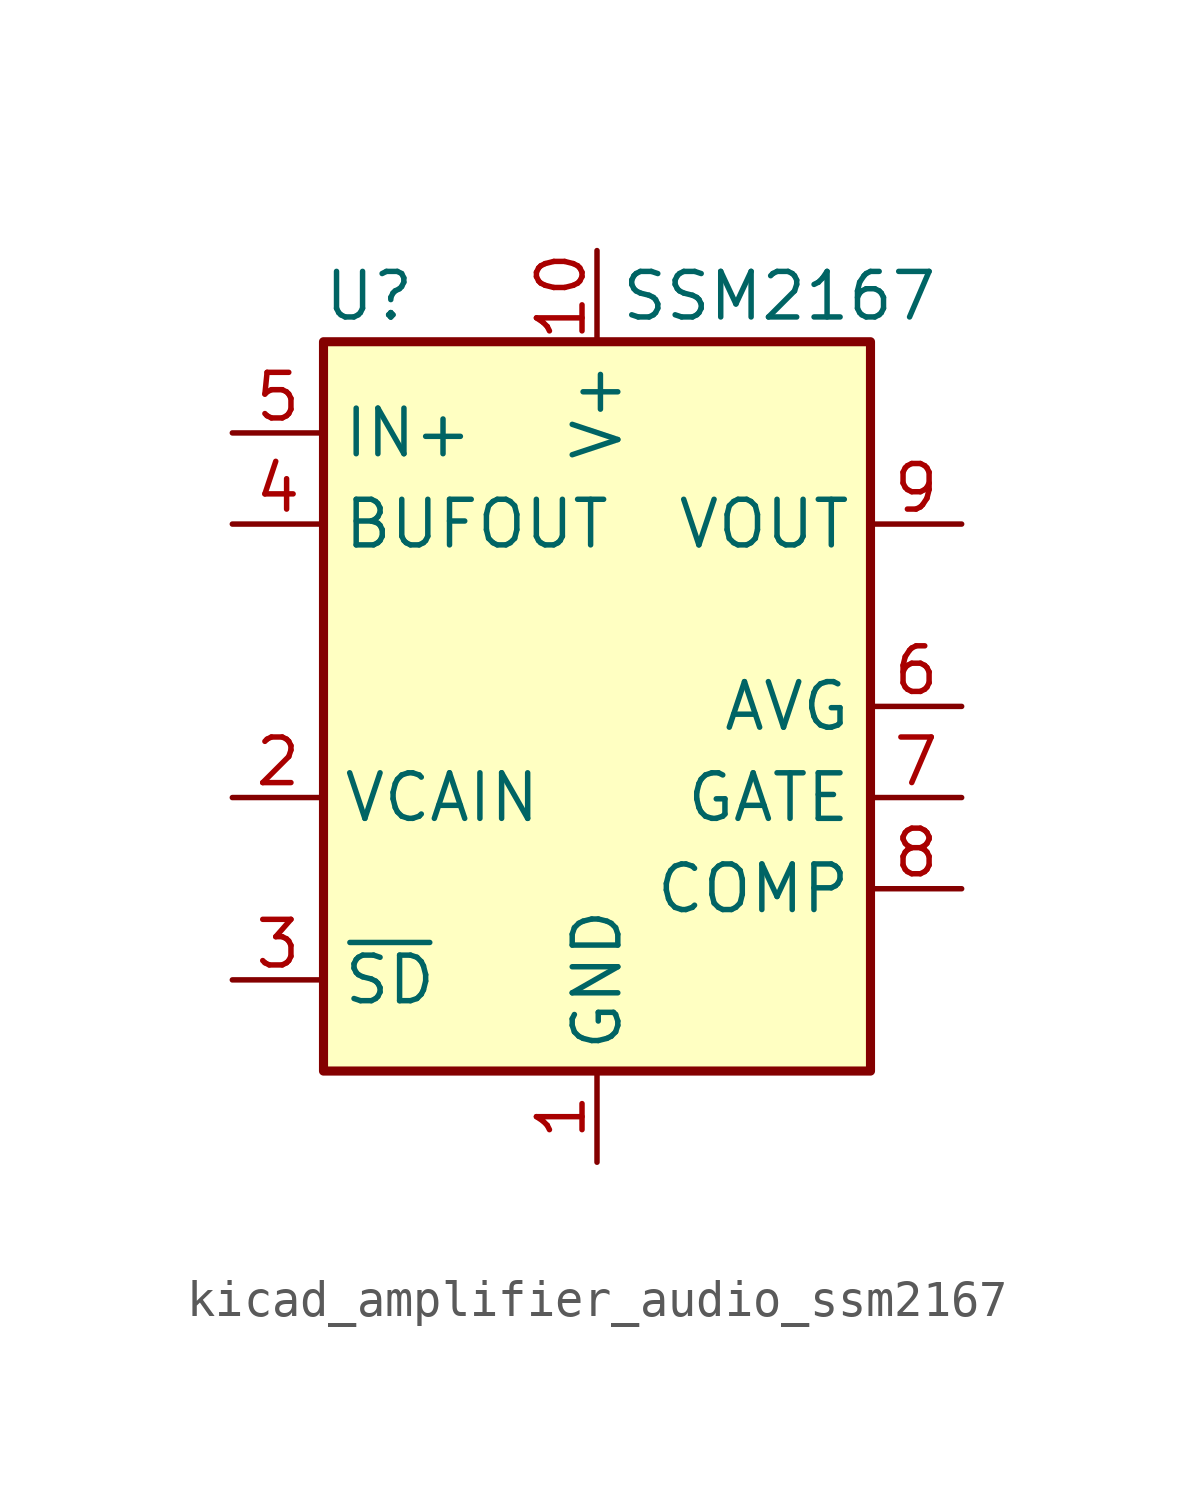
<source format=kicad_sym>
(kicad_symbol_lib
  (version 20220914)
  (generator kicad_symbol_editor)
  (symbol "kicad_amplifier_audio_ssm2167"
    (property "Reference" "U"
      (at -6.35 11.43 0)
      (effects (font (size 1.27 1.27))))
    (property "Value" "SSM2167"
      (at 5.08 11.43 0)
      (effects (font (size 1.27 1.27))))
    (symbol "kicad_amplifier_audio_ssm2167_0_1"
      (rectangle (start -7.62 10.16) (end 7.62 -10.16) (stroke (width 0.254) (type default)) (fill (type background))))
    (symbol "kicad_amplifier_audio_ssm2167_1_1"
      (pin power_in line (at 0 -12.7 90) (length 2.54) (name "GND" (effects (font (size 1.27 1.27)))) (number "1" (effects (font (size 1.27 1.27)))))
      (pin power_in line (at 0 12.7 270) (length 2.54) (name "V+" (effects (font (size 1.27 1.27)))) (number "10" (effects (font (size 1.27 1.27)))))
      (pin input line (at -10.16 -2.54 0) (length 2.54) (name "VCAIN" (effects (font (size 1.27 1.27)))) (number "2" (effects (font (size 1.27 1.27)))))
      (pin input line (at -10.16 -7.62 0) (length 2.54) (name "~{SD}" (effects (font (size 1.27 1.27)))) (number "3" (effects (font (size 1.27 1.27)))))
      (pin output line (at -10.16 5.08 0) (length 2.54) (name "BUFOUT" (effects (font (size 1.27 1.27)))) (number "4" (effects (font (size 1.27 1.27)))))
      (pin input line (at -10.16 7.62 0) (length 2.54) (name "IN+" (effects (font (size 1.27 1.27)))) (number "5" (effects (font (size 1.27 1.27)))))
      (pin passive line (at 10.16 0 180) (length 2.54) (name "AVG" (effects (font (size 1.27 1.27)))) (number "6" (effects (font (size 1.27 1.27)))))
      (pin passive line (at 10.16 -2.54 180) (length 2.54) (name "GATE" (effects (font (size 1.27 1.27)))) (number "7" (effects (font (size 1.27 1.27)))))
      (pin passive line (at 10.16 -5.08 180) (length 2.54) (name "COMP" (effects (font (size 1.27 1.27)))) (number "8" (effects (font (size 1.27 1.27)))))
      (pin output line (at 10.16 5.08 180) (length 2.54) (name "VOUT" (effects (font (size 1.27 1.27)))) (number "9" (effects (font (size 1.27 1.27))))))))
</source>
